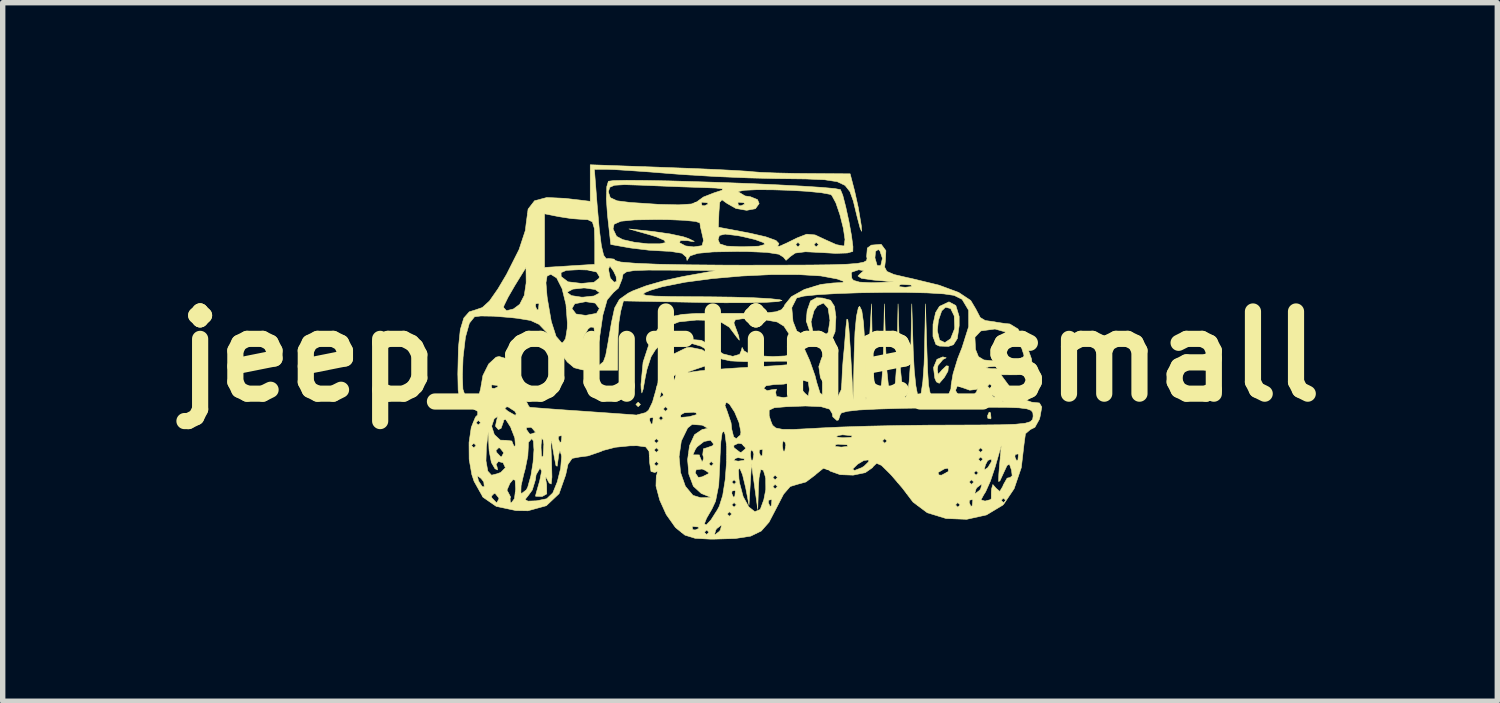
<source format=kicad_pcb>
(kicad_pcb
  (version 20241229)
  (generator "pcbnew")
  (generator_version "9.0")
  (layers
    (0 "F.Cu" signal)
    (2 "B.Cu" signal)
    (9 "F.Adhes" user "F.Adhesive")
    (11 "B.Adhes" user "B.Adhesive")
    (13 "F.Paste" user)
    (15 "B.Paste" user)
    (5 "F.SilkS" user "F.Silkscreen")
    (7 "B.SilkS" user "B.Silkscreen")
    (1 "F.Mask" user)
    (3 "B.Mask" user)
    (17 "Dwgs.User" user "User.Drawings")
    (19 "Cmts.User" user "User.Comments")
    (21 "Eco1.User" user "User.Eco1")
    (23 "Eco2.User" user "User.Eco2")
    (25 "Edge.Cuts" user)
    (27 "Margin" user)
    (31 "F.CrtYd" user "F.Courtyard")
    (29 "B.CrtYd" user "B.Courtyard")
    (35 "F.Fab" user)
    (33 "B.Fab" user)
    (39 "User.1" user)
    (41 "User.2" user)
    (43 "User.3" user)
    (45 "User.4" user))
  (footprint "jeep_outline_small"
    (layer "F.Cu")
    (at 10.857 3.56)
    (property "Reference" "jeep_outline_small" (at 0 0 0) (layer "F.SilkS") (effects (font (size 1.524 1.524) (thickness 0.3))))
    (attr through_hole)
    (fp_poly (pts (xy -2.032 0.889) (xy -2.074 0.931) (xy -2.117 0.889) (xy -2.074 0.847) (xy -2.032 0.889)) (stroke (width 0.01) (type solid)) (fill yes) (layer "F.SilkS"))
    (fp_poly (pts (xy 4.459 1.044) (xy 4.469 1.145) (xy 4.459 1.157) (xy 4.409 1.145) (xy 4.403 1.101) (xy 4.434 1.031) (xy 4.459 1.044)) (stroke (width 0.01) (type solid)) (fill yes) (layer "F.SilkS"))
    (fp_poly (pts (xy 3.638 0.024) (xy 3.577 0.056) (xy 3.485 0.167) (xy 3.473 0.24) (xy 3.487 0.332) (xy 3.546 0.267) (xy 3.553 0.256) (xy 3.641 0.173) (xy 3.678 0.178) (xy 3.67 0.272) (xy 3.604 0.387) (xy 3.509 0.497) (xy 3.456 0.471) (xy 3.426 0.402) (xy 3.402 0.206) (xy 3.466 0.053) (xy 3.575 0.007) (xy 3.638 0.024)) (stroke (width 0.01) (type solid)) (fill yes) (layer "F.SilkS"))
    (fp_poly (pts (xy 1.54 0.033) (xy 1.566 0.205) (xy 1.529 0.394) (xy 1.444 0.49) (xy 1.348 0.466) (xy 1.305 0.393) (xy 1.275 0.187) (xy 1.283 0.164) (xy 1.355 0.164) (xy 1.389 0.305) (xy 1.439 0.339) (xy 1.515 0.27) (xy 1.524 0.217) (xy 1.472 0.073) (xy 1.439 0.042) (xy 1.373 0.068) (xy 1.355 0.164) (xy 1.283 0.164) (xy 1.33 0.021) (xy 1.44 -0.042) (xy 1.54 0.033)) (stroke (width 0.01) (type solid)) (fill yes) (layer "F.SilkS"))
    (fp_poly (pts (xy 3.816 -0.945) (xy 3.878 -0.742) (xy 3.878 -0.572) (xy 3.844 -0.333) (xy 3.771 -0.218) (xy 3.68 -0.187) (xy 3.511 -0.193) (xy 3.447 -0.222) (xy 3.392 -0.372) (xy 3.392 -0.481) (xy 3.473 -0.481) (xy 3.514 -0.305) (xy 3.612 -0.257) (xy 3.719 -0.328) (xy 3.791 -0.51) (xy 3.795 -0.54) (xy 3.786 -0.753) (xy 3.72 -0.889) (xy 3.625 -0.914) (xy 3.554 -0.846) (xy 3.493 -0.669) (xy 3.473 -0.481) (xy 3.392 -0.481) (xy 3.393 -0.597) (xy 3.441 -0.814) (xy 3.513 -0.93) (xy 3.689 -1.013) (xy 3.816 -0.945)) (stroke (width 0.01) (type solid)) (fill yes) (layer "F.SilkS"))
    (fp_poly (pts (xy 1.341 -1.084) (xy 1.493 -1.043) (xy 1.565 -0.93) (xy 1.593 -0.735) (xy 1.577 -0.457) (xy 1.491 -0.253) (xy 1.355 -0.17) (xy 1.346 -0.169) (xy 1.253 -0.233) (xy 1.137 -0.378) (xy 1.047 -0.644) (xy 1.131 -0.644) (xy 1.164 -0.463) (xy 1.268 -0.36) (xy 1.341 -0.356) (xy 1.448 -0.444) (xy 1.482 -0.667) (xy 1.482 -0.671) (xy 1.447 -0.897) (xy 1.361 -0.992) (xy 1.248 -0.94) (xy 1.186 -0.849) (xy 1.131 -0.644) (xy 1.047 -0.644) (xy 1.042 -0.66) (xy 1.059 -0.848) (xy 1.122 -1.03) (xy 1.234 -1.089) (xy 1.341 -1.084)) (stroke (width 0.01) (type solid)) (fill yes) (layer "F.SilkS"))
    (fp_poly (pts (xy -1.941 -3.264) (xy -1.505 -3.256) (xy -1.012 -3.242) (xy -0.49 -3.225) (xy 0.032 -3.205) (xy 0.528 -3.182) (xy 0.968 -3.159) (xy 1.324 -3.136) (xy 1.57 -3.114) (xy 1.676 -3.094) (xy 1.677 -3.093) (xy 1.72 -2.987) (xy 1.775 -2.773) (xy 1.833 -2.507) (xy 1.881 -2.243) (xy 1.908 -2.037) (xy 1.906 -1.948) (xy 1.805 -1.919) (xy 1.587 -1.912) (xy 1.346 -1.926) (xy 1.028 -1.942) (xy 0.839 -1.918) (xy 0.747 -1.854) (xy 0.668 -1.783) (xy 0.621 -1.841) (xy 0.534 -1.896) (xy 0.314 -1.93) (xy -0.053 -1.946) (xy -0.254 -1.947) (xy -0.687 -1.939) (xy -0.967 -1.913) (xy -1.108 -1.867) (xy -1.129 -1.841) (xy -1.168 -1.779) (xy -1.179 -1.841) (xy -1.263 -1.915) (xy -1.489 -1.951) (xy -1.545 -1.952) (xy -1.875 -1.971) (xy -2.208 -2.011) (xy -2.244 -2.017) (xy -2.582 -2.077) (xy -2.614 -2.365) (xy -2.54 -2.365) (xy -2.475 -2.229) (xy -2.474 -2.228) (xy -2.359 -2.167) (xy -2.142 -2.118) (xy -1.89 -2.089) (xy -1.668 -2.09) (xy -1.567 -2.112) (xy -1.59 -2.155) (xy -1.739 -2.219) (xy -1.864 -2.258) (xy -2.244 -2.365) (xy -1.778 -2.315) (xy -1.484 -2.273) (xy -1.238 -2.22) (xy -1.143 -2.188) (xy -1.033 -2.134) (xy -1.079 -2.133) (xy -1.164 -2.149) (xy -1.292 -2.15) (xy -1.307 -2.109) (xy -1.195 -2.05) (xy -1.043 -2.032) (xy -0.89 -2.055) (xy -0.863 -2.154) (xy -0.865 -2.166) (xy -0.593 -2.166) (xy -0.559 -2.088) (xy -0.434 -2.047) (xy -0.183 -2.035) (xy -0.106 -2.035) (xy 0.163 -2.046) (xy 0.275 -2.077) (xy 0.254 -2.11) (xy 0.093 -2.169) (xy -0.153 -2.227) (xy -0.233 -2.242) (xy -0.462 -2.269) (xy -0.568 -2.244) (xy -0.593 -2.166) (xy -0.865 -2.166) (xy -0.878 -2.223) (xy -0.918 -2.397) (xy -0.587 -2.397) (xy 0.000025 -2.286) (xy 0.292 -2.219) (xy 0.481 -2.151) (xy 0.536 -2.094) (xy 0.536 -2.093) (xy 0.512 -2.045) (xy 0.549 -2.045) (xy 0.616 -2.074) (xy 0.847 -2.074) (xy 0.889 -2.032) (xy 0.931 -2.074) (xy 1.185 -2.074) (xy 1.228 -2.032) (xy 1.27 -2.074) (xy 1.228 -2.117) (xy 1.185 -2.074) (xy 0.931 -2.074) (xy 0.889 -2.117) (xy 0.847 -2.074) (xy 0.616 -2.074) (xy 0.679 -2.103) (xy 0.874 -2.199) (xy 1.051 -2.268) (xy 1.206 -2.254) (xy 1.403 -2.162) (xy 1.6 -2.074) (xy 1.73 -2.049) (xy 1.746 -2.056) (xy 1.761 -2.169) (xy 1.73 -2.378) (xy 1.668 -2.625) (xy 1.592 -2.848) (xy 1.517 -2.987) (xy 1.493 -3.005) (xy 1.319 -3.037) (xy 1.053 -3.063) (xy 0.738 -3.081) (xy 0.412 -3.091) (xy 0.119 -3.092) (xy -0.102 -3.082) (xy -0.21 -3.061) (xy -0.213 -3.05) (xy -0.092 -2.977) (xy 0.005 -2.963) (xy 0.139 -2.909) (xy 0.169 -2.836) (xy 0.101 -2.741) (xy -0.062 -2.71) (xy -0.26 -2.744) (xy -0.424 -2.837) (xy -0.443 -2.85) (xy -0.226 -2.85) (xy -0.214 -2.8) (xy -0.169 -2.794) (xy -0.1 -2.825) (xy -0.113 -2.85) (xy -0.213 -2.861) (xy -0.226 -2.85) (xy -0.443 -2.85) (xy -0.52 -2.906) (xy -0.562 -2.859) (xy -0.576 -2.681) (xy -0.587 -2.397) (xy -0.918 -2.397) (xy -0.919 -2.398) (xy -0.93 -2.477) (xy -1.009 -2.504) (xy -1.221 -2.525) (xy -1.528 -2.538) (xy -1.736 -2.54) (xy -2.139 -2.533) (xy -2.393 -2.508) (xy -2.52 -2.454) (xy -2.54 -2.365) (xy -2.614 -2.365) (xy -2.643 -2.625) (xy -2.664 -2.924) (xy -2.659 -3.046) (xy -2.625 -3.046) (xy -2.591 -2.945) (xy -2.466 -2.887) (xy -2.223 -2.856) (xy -1.694 -2.821) (xy -1.32 -2.812) (xy -1.086 -2.828) (xy -1.031 -2.85) (xy -0.903 -2.85) (xy -0.891 -2.8) (xy -0.847 -2.794) (xy -0.777 -2.825) (xy -0.79 -2.85) (xy -0.891 -2.861) (xy -0.903 -2.85) (xy -1.031 -2.85) (xy -0.979 -2.871) (xy -0.974 -2.877) (xy -0.864 -2.957) (xy -0.665 -3.035) (xy -0.652 -3.039) (xy -0.519 -3.082) (xy -0.506 -3.108) (xy -0.63 -3.123) (xy -0.889 -3.133) (xy -1.253 -3.145) (xy -1.681 -3.162) (xy -2.011 -3.176) (xy -2.329 -3.186) (xy -2.514 -3.175) (xy -2.6 -3.137) (xy -2.624 -3.063) (xy -2.625 -3.046) (xy -2.659 -3.046) (xy -2.656 -3.15) (xy -2.626 -3.249) (xy -2.53 -3.262) (xy -2.292 -3.267) (xy -1.941 -3.264)) (stroke (width 0.01) (type solid)) (fill yes) (layer "F.SilkS"))
    (fp_poly (pts (xy -1.545 -3.504) (xy -1.061 -3.486) (xy -0.627 -3.467) (xy -0.275 -3.449) (xy -0.038 -3.434) (xy 0.042 -3.426) (xy 0.198 -3.414) (xy 0.476 -3.403) (xy 0.83 -3.395) (xy 1.034 -3.393) (xy 1.856 -3.387) (xy 1.939 -3.069) (xy 2.008 -2.758) (xy 2.062 -2.433) (xy 2.065 -2.413) (xy 2.069 -2.321) (xy 2.042 -2.379) (xy 1.99 -2.575) (xy 1.974 -2.64) (xy 1.915 -2.884) (xy 1.853 -3.057) (xy 1.762 -3.172) (xy 1.614 -3.242) (xy 1.38 -3.277) (xy 1.035 -3.292) (xy 0.55 -3.298) (xy 0.508 -3.298) (xy -0.021 -3.311) (xy -0.622 -3.336) (xy -1.198 -3.37) (xy -1.439 -3.388) (xy -1.852 -3.421) (xy -2.224 -3.447) (xy -2.509 -3.465) (xy -2.649 -3.47) (xy -2.886 -3.471) (xy -2.835 -2.815) (xy -2.795 -2.359) (xy -2.756 -2.052) (xy -2.714 -1.876) (xy -2.665 -1.811) (xy -2.628 -1.818) (xy -2.522 -1.806) (xy -2.499 -1.779) (xy -2.396 -1.751) (xy -2.133 -1.729) (xy -1.715 -1.711) (xy -1.151 -1.7) (xy -0.449 -1.694) (xy -0.116 -1.693) (xy 0.571 -1.694) (xy 1.108 -1.696) (xy 1.512 -1.701) (xy 1.8 -1.711) (xy 1.992 -1.726) (xy 2.106 -1.748) (xy 2.159 -1.777) (xy 2.17 -1.817) (xy 2.168 -1.828) (xy 2.316 -1.828) (xy 2.358 -1.686) (xy 2.423 -1.684) (xy 2.455 -1.82) (xy 2.408 -1.958) (xy 2.38 -1.984) (xy 2.327 -1.95) (xy 2.316 -1.828) (xy 2.168 -1.828) (xy 2.162 -1.853) (xy 2.175 -2.011) (xy 2.249 -2.065) (xy 2.432 -2.08) (xy 2.519 -1.962) (xy 2.511 -1.784) (xy 2.496 -1.657) (xy 2.537 -1.578) (xy 2.67 -1.52) (xy 2.928 -1.46) (xy 2.982 -1.449) (xy 3.503 -1.323) (xy 3.868 -1.188) (xy 4.092 -1.039) (xy 4.185 -0.883) (xy 4.269 -0.722) (xy 4.362 -0.667) (xy 4.532 -0.643) (xy 4.572 -0.635) (xy 4.724 -0.612) (xy 4.817 -0.603) (xy 4.968 -0.511) (xy 5.108 -0.266) (xy 5.113 -0.252) (xy 5.22 0.047) (xy 5.24 0.225) (xy 5.165 0.313) (xy 4.987 0.338) (xy 4.95 0.339) (xy 4.652 0.339) (xy 4.839 0.593) (xy 5.038 0.783) (xy 5.223 0.847) (xy 5.366 0.862) (xy 5.41 0.937) (xy 5.377 1.12) (xy 5.365 1.164) (xy 5.282 1.313) (xy 5.197 1.355) (xy 5.107 1.432) (xy 5.08 1.63) (xy 5.03 2.061) (xy 4.897 2.451) (xy 4.702 2.741) (xy 4.684 2.758) (xy 4.384 2.938) (xy 4.018 3.019) (xy 3.634 3.004) (xy 3.286 2.897) (xy 3.092 2.752) (xy 3.81 2.752) (xy 3.852 2.794) (xy 3.895 2.752) (xy 3.852 2.709) (xy 4.064 2.709) (xy 4.095 2.779) (xy 4.12 2.766) (xy 4.131 2.665) (xy 4.125 2.659) (xy 4.282 2.659) (xy 4.357 2.681) (xy 4.411 2.667) (xy 4.657 2.667) (xy 4.699 2.709) (xy 4.741 2.667) (xy 4.699 2.625) (xy 4.657 2.667) (xy 4.411 2.667) (xy 4.463 2.653) (xy 4.473 2.632) (xy 4.474 2.512) (xy 4.479 2.455) (xy 4.502 2.374) (xy 4.564 2.445) (xy 4.631 2.502) (xy 4.687 2.408) (xy 4.696 2.381) (xy 4.767 2.256) (xy 4.824 2.243) (xy 4.861 2.211) (xy 4.848 2.106) (xy 4.81 1.996) (xy 4.766 2.02) (xy 4.696 2.17) (xy 4.633 2.307) (xy 4.608 2.317) (xy 4.613 2.183) (xy 4.625 2.032) (xy 4.641 1.863) (xy 4.911 1.863) (xy 4.942 1.932) (xy 4.967 1.919) (xy 4.977 1.819) (xy 4.967 1.806) (xy 4.917 1.818) (xy 4.911 1.863) (xy 4.641 1.863) (xy 4.659 1.651) (xy 4.545 2.048) (xy 4.458 2.308) (xy 4.368 2.51) (xy 4.334 2.563) (xy 4.282 2.659) (xy 4.125 2.659) (xy 4.12 2.653) (xy 4.07 2.665) (xy 4.064 2.709) (xy 3.852 2.709) (xy 3.81 2.752) (xy 3.092 2.752) (xy 3.022 2.699) (xy 2.983 2.648) (xy 2.897 2.534) (xy 4.169 2.534) (xy 4.181 2.54) (xy 4.258 2.48) (xy 4.276 2.455) (xy 4.297 2.376) (xy 4.286 2.371) (xy 4.208 2.43) (xy 4.191 2.455) (xy 4.169 2.534) (xy 2.897 2.534) (xy 2.825 2.44) (xy 2.729 2.328) (xy 4.064 2.328) (xy 4.106 2.371) (xy 4.149 2.328) (xy 4.106 2.286) (xy 4.064 2.328) (xy 2.729 2.328) (xy 2.627 2.209) (xy 2.594 2.174) (xy 2.573 2.153) (xy 3.484 2.153) (xy 3.504 2.197) (xy 3.551 2.201) (xy 3.63 2.159) (xy 4.149 2.159) (xy 4.191 2.201) (xy 4.233 2.159) (xy 4.191 2.117) (xy 4.149 2.159) (xy 3.63 2.159) (xy 3.666 2.14) (xy 3.682 2.118) (xy 3.679 2.106) (xy 4.34 2.106) (xy 4.402 2.066) (xy 4.413 2.055) (xy 4.48 1.944) (xy 4.471 1.903) (xy 4.408 1.928) (xy 4.366 2.007) (xy 4.34 2.106) (xy 3.679 2.106) (xy 3.669 2.07) (xy 3.603 2.084) (xy 3.484 2.153) (xy 2.573 2.153) (xy 2.437 2.019) (xy 2.347 1.98) (xy 2.282 2.042) (xy 2.273 2.059) (xy 2.137 2.154) (xy 1.912 2.2) (xy 1.67 2.191) (xy 1.485 2.125) (xy 1.464 2.107) (xy 1.406 2.088) (xy 1.902 2.088) (xy 1.938 2.114) (xy 2.07 2.062) (xy 2.114 2.035) (xy 2.201 1.95) (xy 2.199 1.917) (xy 2.109 1.929) (xy 1.995 1.997) (xy 1.902 2.088) (xy 1.406 2.088) (xy 1.359 2.073) (xy 1.224 2.182) (xy 1.216 2.192) (xy 1.036 2.327) (xy 0.876 2.371) (xy 0.745 2.411) (xy 0.622 2.553) (xy 0.482 2.824) (xy 0.352 3.073) (xy 0.208 3.236) (xy 0.012 3.331) (xy -0.273 3.375) (xy -0.686 3.387) (xy -0.727 3.387) (xy -1.016 3.372) (xy -1.206 3.313) (xy -1.273 3.26) (xy -0.847 3.26) (xy -0.804 3.302) (xy -0.799 3.296) (xy -0.657 3.296) (xy -0.645 3.302) (xy -0.568 3.242) (xy -0.55 3.217) (xy -0.529 3.138) (xy -0.54 3.133) (xy -0.618 3.192) (xy -0.635 3.217) (xy -0.657 3.296) (xy -0.799 3.296) (xy -0.762 3.26) (xy -0.804 3.217) (xy -0.847 3.26) (xy -1.273 3.26) (xy -1.365 3.186) (xy -1.389 3.161) (xy -1.072 3.161) (xy -1.061 3.211) (xy -1.016 3.217) (xy -0.946 3.186) (xy -0.96 3.161) (xy -1.06 3.151) (xy -1.072 3.161) (xy -1.389 3.161) (xy -1.395 3.154) (xy -1.43 3.104) (xy -0.847 3.104) (xy -0.811 3.124) (xy -0.722 3.027) (xy -0.655 2.921) (xy -0.423 2.921) (xy -0.381 2.963) (xy -0.339 2.921) (xy -0.381 2.879) (xy -0.423 2.921) (xy -0.655 2.921) (xy -0.606 2.845) (xy -0.569 2.775) (xy -0.562 2.752) (xy -0.339 2.752) (xy -0.296 2.794) (xy -0.254 2.752) (xy -0.296 2.709) (xy -0.339 2.752) (xy -0.562 2.752) (xy -0.506 2.574) (xy -0.501 2.54) (xy -0.339 2.54) (xy -0.308 2.61) (xy -0.282 2.596) (xy -0.272 2.496) (xy -0.282 2.484) (xy -0.333 2.495) (xy -0.339 2.54) (xy -0.501 2.54) (xy -0.467 2.328) (xy -0.339 2.328) (xy -0.296 2.371) (xy -0.254 2.328) (xy -0.296 2.286) (xy -0.339 2.328) (xy -0.467 2.328) (xy -0.46 2.282) (xy -0.446 2.097) (xy -0.215 2.097) (xy -0.206 2.264) (xy -0.196 2.339) (xy -0.127 2.599) (xy -0.023 2.789) (xy 0.089 2.878) (xy 0.187 2.837) (xy 0.194 2.825) (xy 0.236 2.709) (xy 0.339 2.709) (xy 0.37 2.779) (xy 0.395 2.766) (xy 0.405 2.665) (xy 0.395 2.653) (xy 0.345 2.665) (xy 0.339 2.709) (xy 0.236 2.709) (xy 0.255 2.658) (xy 0.292 2.469) (xy 0.292 2.413) (xy 0.423 2.413) (xy 0.466 2.455) (xy 0.508 2.413) (xy 0.466 2.371) (xy 0.423 2.413) (xy 0.292 2.413) (xy 0.29 2.251) (xy 0.288 2.244) (xy 0.423 2.244) (xy 0.466 2.286) (xy 0.508 2.244) (xy 0.466 2.201) (xy 0.423 2.244) (xy 0.288 2.244) (xy 0.247 2.109) (xy 0.198 2.097) (xy 0.167 2.25) (xy 0.157 2.413) (xy 0.143 2.836) (xy 0.027 1.99) (xy -0.019 2.752) (xy -0.081 2.433) (xy -0.139 2.192) (xy -0.188 2.076) (xy -0.215 2.097) (xy -0.446 2.097) (xy -0.436 1.958) (xy -0.436 1.927) (xy -0.302 1.927) (xy -0.219 1.941) (xy -0.109 1.925) (xy -0.108 1.896) (xy -0.221 1.876) (xy -0.27 1.889) (xy -0.302 1.927) (xy -0.436 1.927) (xy -0.435 1.813) (xy 0.007 1.813) (xy 0.022 1.923) (xy 0.051 1.924) (xy 0.055 1.905) (xy 4.233 1.905) (xy 4.276 1.947) (xy 4.318 1.905) (xy 4.276 1.863) (xy 4.233 1.905) (xy 0.055 1.905) (xy 0.071 1.811) (xy 0.062 1.778) (xy 0.169 1.778) (xy 0.2 1.848) (xy 0.226 1.834) (xy 0.236 1.734) (xy 0.226 1.722) (xy 0.175 1.733) (xy 0.169 1.778) (xy 0.062 1.778) (xy 0.058 1.762) (xy 0.02 1.73) (xy 0.007 1.813) (xy -0.435 1.813) (xy -0.435 1.658) (xy -0.436 1.65) (xy -0.304 1.65) (xy -0.296 1.693) (xy -0.188 1.775) (xy -0.164 1.778) (xy -0.087 1.713) (xy -0.085 1.693) (xy -0.13 1.644) (xy 0.599 1.644) (xy 0.615 1.754) (xy 0.644 1.755) (xy 0.647 1.736) (xy 4.233 1.736) (xy 4.276 1.778) (xy 4.318 1.736) (xy 4.276 1.693) (xy 4.233 1.736) (xy 0.647 1.736) (xy 0.659 1.668) (xy 1.577 1.668) (xy 1.693 1.68) (xy 1.814 1.667) (xy 1.799 1.637) (xy 1.626 1.626) (xy 1.587 1.637) (xy 1.577 1.668) (xy 0.659 1.668) (xy 0.664 1.642) (xy 0.651 1.593) (xy 0.619 1.566) (xy 2.455 1.566) (xy 2.498 1.609) (xy 2.54 1.566) (xy 2.498 1.524) (xy 2.455 1.566) (xy 0.619 1.566) (xy 0.613 1.561) (xy 0.599 1.644) (xy -0.13 1.644) (xy -0.154 1.619) (xy -0.217 1.609) (xy -0.304 1.65) (xy -0.436 1.65) (xy -0.463 1.441) (xy -0.486 1.384) (xy -0.517 1.415) (xy -0.541 1.582) (xy -0.556 1.852) (xy -0.558 1.949) (xy -0.58 2.385) (xy -0.639 2.683) (xy -0.706 2.827) (xy -0.806 2.999) (xy -0.847 3.104) (xy -1.43 3.104) (xy -1.553 2.931) (xy -1.675 2.661) (xy -1.744 2.401) (xy -1.738 2.211) (xy -1.726 2.186) (xy -1.718 2.13) (xy -1.765 2.151) (xy -1.836 2.132) (xy -1.858 1.99) (xy -1.778 1.99) (xy -1.736 2.032) (xy -1.693 1.99) (xy -1.736 1.947) (xy -1.778 1.99) (xy -1.858 1.99) (xy -1.863 1.956) (xy -1.863 1.931) (xy -1.867 1.857) (xy -1.316 1.857) (xy -1.288 2.152) (xy -1.199 2.406) (xy -1.058 2.575) (xy -0.914 2.619) (xy -0.72 2.614) (xy -0.905 2.539) (xy -1.051 2.405) (xy -1.135 2.181) (xy -1.137 2.159) (xy -1.016 2.159) (xy -0.959 2.242) (xy -0.889 2.232) (xy -0.778 2.177) (xy -0.762 2.159) (xy -0.828 2.112) (xy -0.889 2.086) (xy -0.998 2.099) (xy -1.016 2.159) (xy -1.137 2.159) (xy -1.151 1.99) (xy -0.762 1.99) (xy -0.72 2.032) (xy -0.677 1.99) (xy -0.72 1.947) (xy -0.762 1.99) (xy -1.151 1.99) (xy -1.158 1.914) (xy -1.145 1.824) (xy -1.06 1.824) (xy -1.022 1.824) (xy -0.94 1.825) (xy -0.931 1.858) (xy -0.894 1.944) (xy -0.88 1.947) (xy -0.86 1.884) (xy -0.877 1.82) (xy -0.864 1.711) (xy -0.802 1.693) (xy -0.691 1.654) (xy -0.677 1.623) (xy -0.731 1.552) (xy -0.853 1.576) (xy -0.981 1.675) (xy -1.011 1.716) (xy -1.06 1.824) (xy -1.145 1.824) (xy -1.122 1.654) (xy -1.029 1.45) (xy -0.882 1.351) (xy -0.858 1.349) (xy -0.785 1.331) (xy -0.868 1.282) (xy -0.889 1.273) (xy -1.074 1.26) (xy -1.156 1.325) (xy -1.274 1.567) (xy -1.316 1.857) (xy -1.867 1.857) (xy -1.873 1.756) (xy -1.888 1.736) (xy -1.778 1.736) (xy -1.736 1.778) (xy -1.693 1.736) (xy -1.736 1.693) (xy -1.778 1.736) (xy -1.888 1.736) (xy -1.934 1.676) (xy -2.094 1.655) (xy -2.223 1.656) (xy -2.497 1.683) (xy -2.727 1.743) (xy -2.767 1.762) (xy -3.003 1.843) (xy -3.159 1.863) (xy -3.298 1.889) (xy -3.375 1.999) (xy -3.418 2.195) (xy -3.541 2.544) (xy -3.777 2.767) (xy -4.119 2.861) (xy -4.34 2.857) (xy -4.706 2.779) (xy -4.952 2.609) (xy -4.961 2.592) (xy -4.797 2.592) (xy -4.784 2.625) (xy -4.708 2.705) (xy -4.694 2.709) (xy -4.658 2.644) (xy -4.657 2.625) (xy -4.722 2.543) (xy -4.746 2.54) (xy -4.797 2.592) (xy -4.961 2.592) (xy -5.025 2.478) (xy -4.507 2.478) (xy -4.481 2.526) (xy -4.439 2.607) (xy -4.449 2.632) (xy -4.444 2.705) (xy -4.422 2.709) (xy -4.381 2.654) (xy -4.172 2.654) (xy -4.117 2.682) (xy -3.958 2.676) (xy -3.77 2.638) (xy -3.657 2.53) (xy -3.574 2.326) (xy -3.511 2.072) (xy -3.494 1.858) (xy -3.499 1.824) (xy -3.526 1.745) (xy -3.549 1.827) (xy -3.558 1.905) (xy -3.576 2.035) (xy -3.598 2.024) (xy -3.63 1.861) (xy -3.644 1.778) (xy -3.675 1.601) (xy -3.69 1.566) (xy -3.691 1.682) (xy -3.68 1.947) (xy -3.673 2.236) (xy -3.687 2.365) (xy -3.725 2.345) (xy -3.733 2.328) (xy -3.786 2.23) (xy -3.788 2.281) (xy -3.771 2.378) (xy -3.769 2.548) (xy -3.854 2.596) (xy -3.966 2.592) (xy -3.979 2.589) (xy -3.959 2.512) (xy -3.908 2.333) (xy -3.9 2.305) (xy -3.863 2.122) (xy -3.892 2.074) (xy -3.9 2.078) (xy -3.967 2.194) (xy -3.979 2.285) (xy -4.037 2.475) (xy -4.106 2.57) (xy -4.172 2.654) (xy -4.381 2.654) (xy -4.368 2.636) (xy -4.354 2.524) (xy -4.249 2.524) (xy -4.234 2.54) (xy -4.148 2.473) (xy -4.122 2.424) (xy -4.063 2.212) (xy -4.023 1.963) (xy -4.006 1.73) (xy -4.009 1.693) (xy -3.875 1.693) (xy -3.866 1.847) (xy -3.844 1.866) (xy -3.836 1.841) (xy -3.823 1.627) (xy -3.836 1.545) (xy -3.856 1.524) (xy -3.556 1.524) (xy -3.525 1.594) (xy -3.5 1.58) (xy -3.498 1.566) (xy -1.778 1.566) (xy -1.736 1.609) (xy -1.693 1.566) (xy -1.736 1.524) (xy -1.778 1.566) (xy -3.498 1.566) (xy -3.489 1.48) (xy -3.5 1.468) (xy -3.55 1.479) (xy -3.556 1.524) (xy -3.856 1.524) (xy -3.861 1.519) (xy -3.874 1.636) (xy -3.875 1.693) (xy -4.009 1.693) (xy -4.017 1.567) (xy -4.047 1.524) (xy -4.109 1.592) (xy -4.111 1.672) (xy -4.12 1.843) (xy -4.17 2.091) (xy -4.195 2.18) (xy -4.245 2.395) (xy -4.249 2.524) (xy -4.354 2.524) (xy -4.346 2.459) (xy -4.346 2.458) (xy -4.355 2.295) (xy -4.394 2.281) (xy -4.453 2.353) (xy -4.507 2.478) (xy -5.025 2.478) (xy -5.117 2.314) (xy -5.151 2.21) (xy -5.056 2.21) (xy -5.038 2.295) (xy -5.032 2.311) (xy -4.965 2.414) (xy -4.927 2.415) (xy -4.937 2.326) (xy -4.985 2.263) (xy -5.056 2.21) (xy -5.151 2.21) (xy -5.158 2.191) (xy -5.203 1.935) (xy -4.896 1.935) (xy -4.862 2.126) (xy -4.793 2.201) (xy -4.793 2.201) (xy -4.691 2.175) (xy -4.622 2.15) (xy -4.536 2.062) (xy -4.579 1.97) (xy -4.667 1.947) (xy -4.709 2.001) (xy -4.691 2.045) (xy -4.681 2.103) (xy -4.728 2.082) (xy -4.796 1.965) (xy -4.837 1.753) (xy -4.837 1.745) (xy -4.712 1.745) (xy -4.699 1.778) (xy -4.623 1.859) (xy -4.609 1.863) (xy -4.573 1.797) (xy -4.572 1.778) (xy -4.637 1.697) (xy -4.662 1.693) (xy -4.712 1.745) (xy -4.837 1.745) (xy -4.84 1.71) (xy -4.853 1.397) (xy -4.888 1.68) (xy -4.896 1.935) (xy -5.203 1.935) (xy -5.208 1.905) (xy -5.21 1.651) (xy -5.165 1.651) (xy -5.122 1.693) (xy -5.08 1.651) (xy -5.122 1.609) (xy -5.165 1.651) (xy -5.21 1.651) (xy -5.21 1.594) (xy -5.169 1.315) (xy -5.16 1.293) (xy -4.791 1.293) (xy -4.741 1.448) (xy -4.63 1.551) (xy -4.528 1.554) (xy -4.417 1.567) (xy -4.396 1.621) (xy -4.371 1.675) (xy -4.351 1.644) (xy -4.361 1.512) (xy -4.424 1.35) (xy -4.149 1.35) (xy -4.087 1.436) (xy -4.064 1.439) (xy -3.982 1.41) (xy -3.979 1.402) (xy -4.039 1.33) (xy -4.064 1.312) (xy -4.142 1.319) (xy -4.149 1.35) (xy -4.424 1.35) (xy -4.436 1.316) (xy -4.442 1.305) (xy -4.518 1.185) (xy -1.863 1.185) (xy -1.832 1.255) (xy -1.806 1.242) (xy -1.796 1.143) (xy -1.693 1.143) (xy -1.651 1.185) (xy -1.609 1.143) (xy -1.621 1.13) (xy -1.286 1.13) (xy -1.135 1.117) (xy -1.128 1.116) (xy -0.985 1.076) (xy -1.003 1.044) (xy -1.046 1.033) (xy -1.219 1.044) (xy -1.285 1.082) (xy -1.286 1.13) (xy -1.621 1.13) (xy -1.651 1.101) (xy -1.693 1.143) (xy -1.796 1.143) (xy -1.796 1.141) (xy -1.806 1.129) (xy -1.857 1.141) (xy -1.863 1.185) (xy -4.518 1.185) (xy -4.532 1.163) (xy -4.57 1.182) (xy -4.571 1.206) (xy -4.616 1.332) (xy -4.666 1.355) (xy -4.72 1.292) (xy -4.703 1.206) (xy -4.68 1.112) (xy -4.744 1.155) (xy -4.791 1.293) (xy -5.16 1.293) (xy -5.134 1.228) (xy -5.08 1.228) (xy -5.038 1.27) (xy -4.995 1.228) (xy -5.038 1.185) (xy -5.08 1.228) (xy -5.134 1.228) (xy -5.091 1.123) (xy -5.051 1.084) (xy -5.048 1.018) (xy -5.14 0.966) (xy -4.547 0.966) (xy -4.487 1.016) (xy -4.352 1.092) (xy -4.334 1.063) (xy -4.36 1.016) (xy -4.484 0.936) (xy -4.513 0.933) (xy -4.547 0.966) (xy -5.14 0.966) (xy -5.187 0.939) (xy -5.189 0.938) (xy -5.315 0.878) (xy -5.383 0.789) (xy -5.412 0.625) (xy -5.417 0.36) (xy -5.333 0.36) (xy -5.324 0.606) (xy -5.283 0.726) (xy -5.192 0.761) (xy -5.165 0.762) (xy -5.023 0.702) (xy -4.995 0.597) (xy -4.985 0.536) (xy -4.798 0.536) (xy -4.786 0.587) (xy -4.741 0.593) (xy -4.672 0.562) (xy -4.685 0.536) (xy -4.785 0.526) (xy -4.798 0.536) (xy -4.985 0.536) (xy -4.953 0.353) (xy -4.846 0.139) (xy -4.709 0.013) (xy -4.653 0) (xy -4.492 0.047) (xy -4.366 0.206) (xy -4.257 0.504) (xy -4.238 0.572) (xy -4.168 0.792) (xy -4.102 0.925) (xy -4.082 0.942) (xy -3.977 0.951) (xy -3.742 0.969) (xy -3.413 0.993) (xy -3.133 1.012) (xy -2.75 1.039) (xy -2.421 1.062) (xy -2.188 1.079) (xy -2.106 1.086) (xy -1.934 1.04) (xy -1.881 0.995) (xy -1.87 0.974) (xy -1.609 0.974) (xy -1.566 1.016) (xy -1.524 0.974) (xy -1.566 0.931) (xy -1.609 0.974) (xy -1.87 0.974) (xy -1.838 0.908) (xy -0.465 0.908) (xy -0.426 1.01) (xy -0.352 1.229) (xy -0.339 1.349) (xy -0.304 1.49) (xy -0.254 1.524) (xy -0.219 1.492) (xy 1.597 1.492) (xy 1.709 1.507) (xy 1.736 1.507) (xy 1.88 1.498) (xy 1.893 1.472) (xy 1.885 1.468) (xy 1.717 1.452) (xy 1.631 1.465) (xy 1.597 1.492) (xy -0.219 1.492) (xy -0.178 1.456) (xy -0.169 1.401) (xy -0.204 1.225) (xy -0.286 1.03) (xy -0.309 0.995) (xy 0.355 0.995) (xy 0.355 1.098) (xy 0.383 1.191) (xy 0.417 1.275) (xy 0.478 1.326) (xy 0.598 1.35) (xy 0.81 1.352) (xy 1.146 1.335) (xy 1.301 1.326) (xy 1.682 1.308) (xy 2.182 1.292) (xy 2.751 1.28) (xy 3.338 1.273) (xy 3.704 1.272) (xy 4.25 1.27) (xy 4.65 1.266) (xy 4.926 1.256) (xy 5.101 1.238) (xy 5.198 1.209) (xy 5.24 1.167) (xy 5.249 1.109) (xy 5.249 1.099) (xy 5.244 1.042) (xy 5.213 1) (xy 5.135 0.971) (xy 4.989 0.952) (xy 4.755 0.943) (xy 4.41 0.941) (xy 3.934 0.945) (xy 3.45 0.951) (xy 2.825 0.961) (xy 2.354 0.975) (xy 2.019 0.992) (xy 1.805 1.016) (xy 1.695 1.046) (xy 1.672 1.079) (xy 1.64 1.177) (xy 1.609 1.185) (xy 1.534 1.117) (xy 1.524 1.058) (xy 1.475 0.976) (xy 1.316 0.93) (xy 1.027 0.918) (xy 0.677 0.931) (xy 0.45 0.95) (xy 0.355 0.995) (xy -0.309 0.995) (xy -0.381 0.884) (xy -0.44 0.847) (xy -0.465 0.908) (xy -1.838 0.908) (xy -1.808 0.845) (xy -1.783 0.756) (xy -1.673 0.756) (xy -1.661 0.762) (xy -1.606 0.72) (xy -1.439 0.72) (xy -1.397 0.762) (xy -1.355 0.72) (xy -0.593 0.72) (xy -0.55 0.762) (xy -0.508 0.72) (xy -0.55 0.677) (xy -0.593 0.72) (xy -1.355 0.72) (xy -1.397 0.677) (xy -1.439 0.72) (xy -1.606 0.72) (xy -1.584 0.702) (xy -1.566 0.677) (xy -1.545 0.598) (xy -1.556 0.593) (xy -1.634 0.652) (xy -1.651 0.677) (xy -1.673 0.756) (xy -1.783 0.756) (xy -1.742 0.614) (xy -1.738 0.591) (xy 0.254 0.591) (xy 0.317 0.634) (xy 0.395 0.618) (xy 0.49 0.606) (xy 0.475 0.663) (xy 0.489 0.741) (xy 0.625 0.762) (xy 0.809 0.728) (xy 0.895 0.668) (xy 0.971 0.63) (xy 1.025 0.689) (xy 1.08 0.734) (xy 1.099 0.621) (xy 1.099 0.605) (xy 1.08 0.468) (xy 0.986 0.442) (xy 0.868 0.468) (xy 0.621 0.513) (xy 0.445 0.521) (xy 0.296 0.543) (xy 0.254 0.591) (xy -1.738 0.591) (xy -1.734 0.571) (xy -1.711 0.502) (xy -1.503 0.502) (xy -1.492 0.508) (xy -1.414 0.448) (xy -1.397 0.423) (xy -1.375 0.344) (xy -1.387 0.339) (xy -1.464 0.398) (xy -1.482 0.423) (xy -1.503 0.502) (xy -1.711 0.502) (xy -1.614 0.21) (xy -1.42 -0.044) (xy -1.175 -0.164) (xy -1.105 -0.169) (xy -0.891 -0.126) (xy -0.76 -0.04) (xy -0.691 0.054) (xy -0.704 0.115) (xy -0.828 0.175) (xy -1.016 0.238) (xy -1.153 0.288) (xy -1.146 0.298) (xy -1.101 0.29) (xy -0.931 0.266) (xy -0.637 0.24) (xy -0.264 0.214) (xy 0.042 0.196) (xy 0.493 0.17) (xy 0.804 0.144) (xy 0.968 0.12) (xy 0.981 0.101) (xy 0.839 0.089) (xy 0.535 0.087) (xy 0.27 0.091) (xy -0.111 0.095) (xy -0.364 0.082) (xy -0.529 0.046) (xy -0.646 -0.02) (xy -0.702 -0.067) (xy -0.911 -0.191) (xy -1.181 -0.27) (xy -1.228 -0.276) (xy -1.566 -0.31) (xy -1.206 -0.324) (xy -0.904 -0.3) (xy -0.697 -0.188) (xy -0.677 -0.169) (xy -0.5 -0.048) (xy -0.32 -0.003) (xy -0.192 -0.04) (xy -0.163 -0.106) (xy -0.146 -0.168) (xy -0.113 -0.106) (xy -0.016 -0.048) (xy 0.181 -0.012) (xy 0.423 0.001) (xy 0.651 -0.01) (xy 0.808 -0.047) (xy 0.847 -0.089) (xy 0.81 -0.221) (xy 0.723 -0.416) (xy 0.722 -0.42) (xy 0.629 -0.562) (xy 0.503 -0.64) (xy 0.291 -0.678) (xy 0.128 -0.691) (xy -0.14 -0.7) (xy -0.271 -0.681) (xy -0.299 -0.625) (xy -0.289 -0.593) (xy -0.21 -0.38) (xy -0.198 -0.302) (xy -0.253 -0.367) (xy -0.262 -0.381) (xy -0.385 -0.544) (xy -0.532 -0.634) (xy -0.756 -0.67) (xy -0.989 -0.676) (xy -1.317 -0.642) (xy -1.554 -0.549) (xy -1.671 -0.412) (xy -1.669 -0.308) (xy -1.699 -0.182) (xy -1.754 -0.125) (xy -1.835 0.005) (xy -1.911 0.237) (xy -1.942 0.383) (xy -1.982 0.608) (xy -2.006 0.676) (xy -2.019 0.596) (xy -2.022 0.518) (xy -1.983 0.106) (xy -1.855 -0.284) (xy -1.659 -0.583) (xy -1.631 -0.611) (xy -1.531 -0.693) (xy -1.418 -0.748) (xy -1.255 -0.781) (xy -1.01 -0.797) (xy -0.648 -0.801) (xy -0.416 -0.8) (xy 0.014 -0.801) (xy 0.304 -0.809) (xy 0.485 -0.83) (xy 0.584 -0.868) (xy 0.615 -0.906) (xy 0.774 -0.906) (xy 0.797 -0.65) (xy 0.936 -0.296) (xy 0.972 -0.222) (xy 1.105 0.073) (xy 1.206 0.359) (xy 1.235 0.476) (xy 1.298 0.677) (xy 1.408 0.755) (xy 1.491 0.762) (xy 1.633 0.734) (xy 1.691 0.617) (xy 1.702 0.487) (xy 1.713 0.236) (xy 1.728 0.042) (xy 1.746 -0.141) (xy 1.768 -0.412) (xy 1.779 -0.55) (xy 1.796 -0.692) (xy 1.813 -0.683) (xy 1.833 -0.517) (xy 1.856 -0.189) (xy 1.863 -0.085) (xy 1.914 0.804) (xy 1.931 -0.064) (xy 1.946 -0.454) (xy 1.973 -0.743) (xy 2.009 -0.906) (xy 2.032 -0.931) (xy 2.072 -0.851) (xy 2.104 -0.629) (xy 2.126 -0.291) (xy 2.133 -0.064) (xy 2.15 0.804) (xy 2.201 -0.085) (xy 2.253 -0.974) (xy 2.269 -0.106) (xy 2.285 0.284) (xy 2.312 0.574) (xy 2.348 0.737) (xy 2.371 0.762) (xy 2.41 0.682) (xy 2.443 0.46) (xy 2.466 0.123) (xy 2.473 -0.106) (xy 2.491 -0.974) (xy 2.518 -0.106) (xy 2.537 0.259) (xy 2.567 0.546) (xy 2.602 0.723) (xy 2.628 0.762) (xy 2.664 0.683) (xy 2.696 0.467) (xy 2.719 0.148) (xy 2.727 -0.106) (xy 2.745 -0.974) (xy 2.772 -0.106) (xy 2.791 0.259) (xy 2.821 0.546) (xy 2.856 0.723) (xy 2.882 0.762) (xy 2.918 0.683) (xy 2.95 0.467) (xy 2.973 0.148) (xy 2.981 -0.106) (xy 2.999 -0.974) (xy 3.026 -0.106) (xy 3.045 0.259) (xy 3.075 0.546) (xy 3.11 0.723) (xy 3.136 0.762) (xy 3.172 0.683) (xy 3.204 0.467) (xy 3.227 0.148) (xy 3.235 -0.106) (xy 3.253 -0.974) (xy 3.28 -0.106) (xy 3.294 0.284) (xy 3.311 0.535) (xy 3.34 0.678) (xy 3.389 0.743) (xy 3.466 0.761) (xy 3.517 0.762) (xy 3.671 0.73) (xy 3.712 0.632) (xy 3.81 0.632) (xy 3.874 0.733) (xy 4.016 0.759) (xy 4.119 0.72) (xy 4.487 0.72) (xy 4.53 0.762) (xy 4.657 0.762) (xy 4.688 0.832) (xy 4.713 0.818) (xy 4.723 0.718) (xy 4.713 0.706) (xy 4.663 0.717) (xy 4.657 0.762) (xy 4.53 0.762) (xy 4.572 0.72) (xy 4.53 0.677) (xy 4.487 0.72) (xy 4.119 0.72) (xy 4.158 0.705) (xy 4.2 0.656) (xy 4.219 0.595) (xy 4.193 0.611) (xy 4.074 0.625) (xy 3.968 0.587) (xy 3.855 0.55) (xy 4.403 0.55) (xy 4.445 0.593) (xy 4.487 0.55) (xy 4.572 0.55) (xy 4.614 0.593) (xy 4.657 0.55) (xy 4.614 0.508) (xy 4.572 0.55) (xy 4.487 0.55) (xy 4.445 0.508) (xy 4.403 0.55) (xy 3.855 0.55) (xy 3.844 0.547) (xy 3.81 0.629) (xy 3.81 0.632) (xy 3.712 0.632) (xy 3.725 0.6) (xy 3.729 0.529) (xy 3.764 0.323) (xy 3.798 0.212) (xy 4.371 0.212) (xy 4.467 0.225) (xy 4.657 0.229) (xy 4.866 0.223) (xy 4.944 0.21) (xy 4.889 0.193) (xy 4.616 0.179) (xy 4.424 0.193) (xy 4.371 0.212) (xy 3.798 0.212) (xy 3.851 0.038) (xy 3.931 -0.164) (xy 3.992 -0.357) (xy 4.17 -0.357) (xy 4.181 -0.138) (xy 4.185 -0.122) (xy 4.235 0.002) (xy 4.336 0.064) (xy 4.538 0.084) (xy 4.658 0.085) (xy 4.944 0.065) (xy 5.072 0.006) (xy 5.08 -0.023) (xy 5.004 -0.256) (xy 4.81 -0.433) (xy 4.548 -0.508) (xy 4.53 -0.508) (xy 4.28 -0.474) (xy 4.17 -0.357) (xy 3.992 -0.357) (xy 4.054 -0.554) (xy 4.053 -0.857) (xy 3.932 -1.06) (xy 3.784 -1.133) (xy 3.593 -1.161) (xy 3.288 -1.179) (xy 2.902 -1.188) (xy 2.471 -1.188) (xy 2.03 -1.181) (xy 1.614 -1.167) (xy 1.258 -1.146) (xy 0.998 -1.12) (xy 0.868 -1.087) (xy 0.864 -1.084) (xy 0.774 -0.906) (xy 0.615 -0.906) (xy 0.632 -0.926) (xy 0.643 -0.956) (xy 0.767 -1.109) (xy 1.008 -1.243) (xy 1.179 -1.295) (xy 2.762 -1.295) (xy 2.879 -1.283) (xy 2.999 -1.297) (xy 2.985 -1.326) (xy 2.811 -1.337) (xy 2.773 -1.326) (xy 2.762 -1.295) (xy 1.179 -1.295) (xy 1.312 -1.336) (xy 1.542 -1.363) (xy 1.72 -1.372) (xy 1.739 -1.392) (xy 1.614 -1.438) (xy 1.609 -1.439) (xy 1.313 -1.494) (xy 0.893 -1.519) (xy 0.389 -1.518) (xy -0.156 -1.492) (xy -0.702 -1.444) (xy -1.206 -1.377) (xy -1.627 -1.293) (xy -1.842 -1.229) (xy -1.947 -1.186) (xy -1.982 -1.155) (xy -1.927 -1.134) (xy -1.765 -1.12) (xy -1.477 -1.112) (xy -1.048 -1.108) (xy -0.783 -1.107) (xy -0.322 -1.101) (xy 0.073 -1.089) (xy 0.375 -1.072) (xy 0.555 -1.052) (xy 0.593 -1.037) (xy 0.513 -1.018) (xy 0.291 -1.004) (xy -0.047 -0.997) (xy -0.471 -0.996) (xy -0.877 -1.002) (xy -2.347 -1.03) (xy -2.4 -0.832) (xy -2.431 -0.633) (xy -2.451 -0.347) (xy -2.454 -0.191) (xy -2.455 0.254) (xy -2.878 0.254) (xy -3.109 0.248) (xy -3.262 0.208) (xy -3.356 0.128) (xy -2.854 0.128) (xy -2.805 0.169) (xy -2.719 0.097) (xy -2.676 -0.021) (xy -2.64 -0.217) (xy -2.592 -0.496) (xy -2.568 -0.635) (xy -2.511 -0.899) (xy -2.422 -1.058) (xy -2.26 -1.173) (xy -2.177 -1.215) (xy -1.926 -1.311) (xy -1.584 -1.409) (xy -1.245 -1.483) (xy -0.812 -1.561) (xy 1.878 -1.561) (xy 1.887 -1.449) (xy 1.919 -1.411) (xy 2.032 -1.379) (xy 2.246 -1.368) (xy 2.321 -1.369) (xy 2.667 -1.384) (xy 2.29 -1.417) (xy 2.067 -1.449) (xy 2.001 -1.492) (xy 2.036 -1.528) (xy 2.108 -1.591) (xy 2.02 -1.607) (xy 2.011 -1.607) (xy 1.878 -1.561) (xy -0.812 -1.561) (xy -0.635 -1.593) (xy -1.503 -1.601) (xy -1.894 -1.602) (xy -2.146 -1.594) (xy -2.289 -1.57) (xy -2.354 -1.526) (xy -2.37 -1.456) (xy -2.371 -1.442) (xy -2.439 -1.269) (xy -2.529 -1.191) (xy -2.649 -1.051) (xy -2.729 -0.768) (xy -2.745 -0.659) (xy -2.788 -0.364) (xy -2.831 -0.112) (xy -2.85 -0.021) (xy -2.854 0.128) (xy -3.356 0.128) (xy -3.388 0.102) (xy -3.537 -0.102) (xy -3.606 -0.206) (xy -3.776 -0.453) (xy -3.911 -0.595) (xy -4.069 -0.668) (xy -4.311 -0.708) (xy -4.451 -0.723) (xy -4.751 -0.747) (xy -4.992 -0.751) (xy -5.108 -0.737) (xy -5.204 -0.617) (xy -5.277 -0.357) (xy -5.321 0.016) (xy -5.333 0.36) (xy -5.417 0.36) (xy -5.418 0.341) (xy -5.418 0.32) (xy -5.407 -0.162) (xy -5.372 -0.499) (xy -5.307 -0.713) (xy -5.206 -0.828) (xy -5.094 -0.863) (xy -4.963 -0.908) (xy -4.961 -0.91) (xy -4.572 -0.91) (xy -4.516 -0.849) (xy -4.387 -0.881) (xy -4.319 -0.931) (xy -3.979 -0.931) (xy -3.948 -0.862) (xy -3.923 -0.875) (xy -3.913 -0.975) (xy -3.923 -0.988) (xy -3.973 -0.976) (xy -3.979 -0.931) (xy -4.319 -0.931) (xy -4.27 -0.968) (xy -4.186 -1.133) (xy -4.151 -1.365) (xy -4.151 -1.368) (xy -3.784 -1.368) (xy -3.764 -1.12) (xy -3.759 -1.079) (xy -3.685 -0.649) (xy -3.596 -0.373) (xy -3.495 -0.257) (xy -3.473 -0.254) (xy -3.421 -0.33) (xy -3.414 -0.371) (xy -3.082 -0.371) (xy -3.076 -0.29) (xy -2.993 -0.176) (xy -2.916 -0.211) (xy -2.879 -0.377) (xy -2.879 -0.391) (xy -2.894 -0.54) (xy -2.956 -0.546) (xy -3.001 -0.512) (xy -3.082 -0.371) (xy -3.414 -0.371) (xy -3.39 -0.52) (xy -3.387 -0.622) (xy -3.407 -0.889) (xy -3.302 -0.889) (xy -3.226 -0.788) (xy -3.048 -0.762) (xy -2.846 -0.8) (xy -2.794 -0.889) (xy -2.87 -0.99) (xy -3.048 -1.016) (xy -3.25 -0.978) (xy -3.302 -0.889) (xy -3.407 -0.889) (xy -3.413 -0.965) (xy -3.467 -1.185) (xy -3.387 -1.185) (xy -3.312 -1.129) (xy -3.129 -1.101) (xy -3.09 -1.101) (xy -2.894 -1.122) (xy -2.797 -1.174) (xy -2.794 -1.185) (xy -2.868 -1.241) (xy -3.051 -1.269) (xy -3.09 -1.27) (xy -3.286 -1.249) (xy -3.384 -1.196) (xy -3.387 -1.185) (xy -3.467 -1.185) (xy -3.484 -1.256) (xy -3.585 -1.456) (xy -3.694 -1.524) (xy -3.763 -1.491) (xy -3.784 -1.368) (xy -4.151 -1.368) (xy -4.151 -1.37) (xy -4.153 -1.555) (xy -3.504 -1.555) (xy -3.502 -1.482) (xy -3.376 -1.385) (xy -3.124 -1.355) (xy -2.892 -1.377) (xy -2.799 -1.45) (xy -2.794 -1.482) (xy -2.844 -1.566) (xy -3.005 -1.602) (xy -2.622 -1.602) (xy -2.591 -1.453) (xy -2.52 -1.377) (xy -2.476 -1.391) (xy -2.483 -1.482) (xy -2.53 -1.581) (xy -2.599 -1.679) (xy -2.621 -1.628) (xy -2.622 -1.602) (xy -3.005 -1.602) (xy -3.015 -1.604) (xy -3.172 -1.609) (xy -3.406 -1.597) (xy -3.504 -1.555) (xy -4.153 -1.555) (xy -4.154 -1.651) (xy -3.81 -1.651) (xy -3.344 -1.68) (xy -2.879 -1.709) (xy -2.879 -2.125) (xy -2.886 -2.373) (xy -2.923 -2.496) (xy -3.01 -2.537) (xy -3.08 -2.54) (xy -3.313 -2.557) (xy -3.545 -2.593) (xy -3.81 -2.646) (xy -3.81 -2.148) (xy -3.81 -1.651) (xy -4.154 -1.651) (xy -4.363 -1.312) (xy -4.486 -1.099) (xy -4.561 -0.946) (xy -4.572 -0.91) (xy -4.961 -0.91) (xy -4.831 -1.029) (xy -4.674 -1.254) (xy -4.514 -1.524) (xy -4.283 -1.982) (xy -4.166 -2.337) (xy -4.151 -2.466) (xy -4.115 -2.733) (xy -3.995 -2.888) (xy -3.766 -2.948) (xy -3.428 -2.932) (xy -2.963 -2.877) (xy -2.963 -3.555) (xy -1.545 -3.504)) (stroke (width 0.01) (type solid)) (fill yes) (layer "F.SilkS")))
  (gr_rect
    (start -3 -3)
    (end 24.713 9.952)
    (stroke (width 0.1) (type default))
    (fill no)
    (layer "Edge.Cuts")))
</source>
